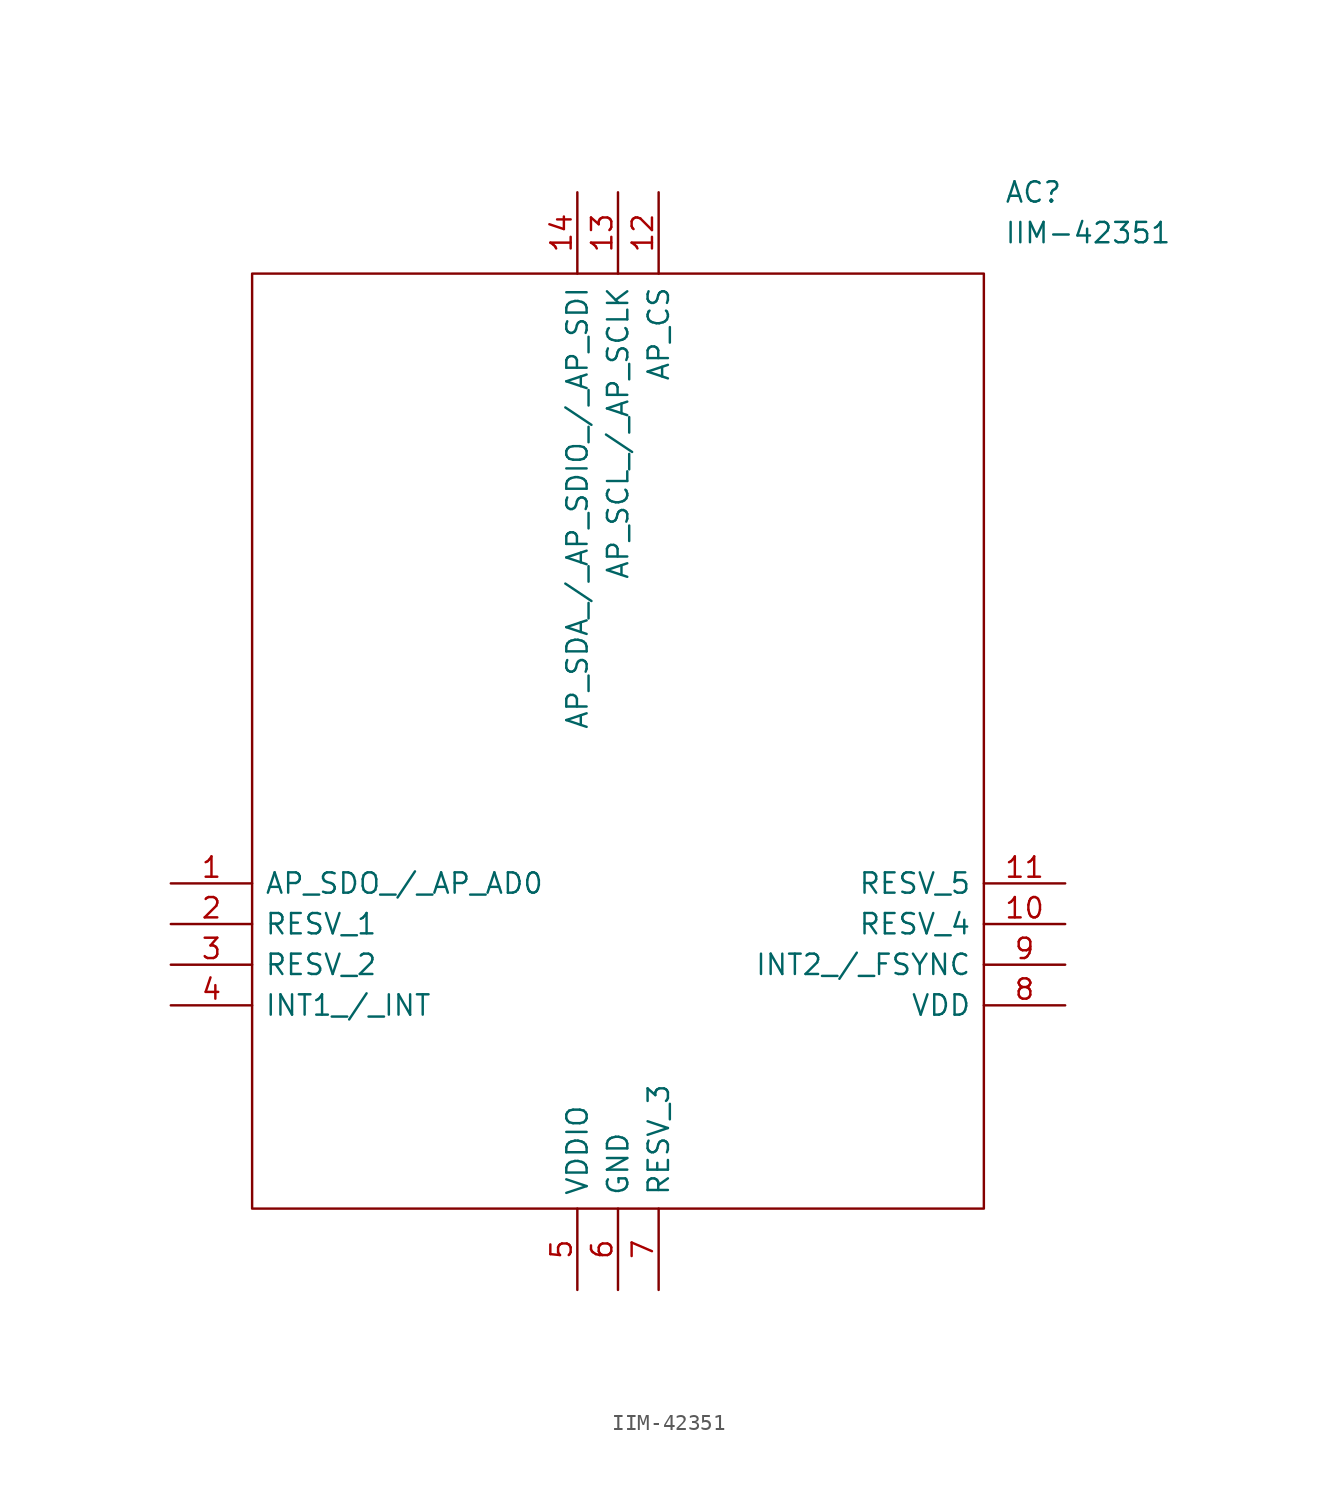
<source format=kicad_sym>
(kicad_symbol_lib
  (version 20211014)
  (generator kicad_symbol_editor)
  (symbol "IIM-42351"
    (pin_names
      (offset 0.762))
    (property "Reference" "AC"
      (at 52.07 43.18 0)
      (effects (font (size 1.27 1.27)) (justify left)))
    (property "Value" "IIM-42351"
      (at 52.07 40.64 0)
      (effects (font (size 1.27 1.27)) (justify left)))
    (symbol "IIM-42351_0_0"
      (pin passive line (at 0 0 0) (length 5.08) (name "AP_SDO_/_AP_AD0" (effects (font (size 1.27 1.27)))) (number "1" (effects (font (size 1.27 1.27)))))
      (pin passive line (at 55.88 -2.54 180) (length 5.08) (name "RESV_4" (effects (font (size 1.27 1.27)))) (number "10" (effects (font (size 1.27 1.27)))))
      (pin passive line (at 55.88 0 180) (length 5.08) (name "RESV_5" (effects (font (size 1.27 1.27)))) (number "11" (effects (font (size 1.27 1.27)))))
      (pin passive line (at 30.48 43.18 270) (length 5.08) (name "AP_CS" (effects (font (size 1.27 1.27)))) (number "12" (effects (font (size 1.27 1.27)))))
      (pin passive line (at 27.94 43.18 270) (length 5.08) (name "AP_SCL_/_AP_SCLK" (effects (font (size 1.27 1.27)))) (number "13" (effects (font (size 1.27 1.27)))))
      (pin passive line (at 25.4 43.18 270) (length 5.08) (name "AP_SDA_/_AP_SDIO_/_AP_SDI" (effects (font (size 1.27 1.27)))) (number "14" (effects (font (size 1.27 1.27)))))
      (pin passive line (at 0 -2.54 0) (length 5.08) (name "RESV_1" (effects (font (size 1.27 1.27)))) (number "2" (effects (font (size 1.27 1.27)))))
      (pin passive line (at 0 -5.08 0) (length 5.08) (name "RESV_2" (effects (font (size 1.27 1.27)))) (number "3" (effects (font (size 1.27 1.27)))))
      (pin passive line (at 0 -7.62 0) (length 5.08) (name "INT1_/_INT" (effects (font (size 1.27 1.27)))) (number "4" (effects (font (size 1.27 1.27)))))
      (pin passive line (at 25.4 -25.4 90) (length 5.08) (name "VDDIO" (effects (font (size 1.27 1.27)))) (number "5" (effects (font (size 1.27 1.27)))))
      (pin passive line (at 27.94 -25.4 90) (length 5.08) (name "GND" (effects (font (size 1.27 1.27)))) (number "6" (effects (font (size 1.27 1.27)))))
      (pin passive line (at 30.48 -25.4 90) (length 5.08) (name "RESV_3" (effects (font (size 1.27 1.27)))) (number "7" (effects (font (size 1.27 1.27)))))
      (pin passive line (at 55.88 -7.62 180) (length 5.08) (name "VDD" (effects (font (size 1.27 1.27)))) (number "8" (effects (font (size 1.27 1.27)))))
      (pin passive line (at 55.88 -5.08 180) (length 5.08) (name "INT2_/_FSYNC" (effects (font (size 1.27 1.27)))) (number "9" (effects (font (size 1.27 1.27))))))
    (symbol "IIM-42351_0_1"
      (polyline (pts (xy 5.08 38.1) (xy 50.8 38.1) (xy 50.8 -20.32) (xy 5.08 -20.32) (xy 5.08 38.1)) (stroke (width 0.152) (type default) (color 0 0 0 0)) (fill (type none))))))
</source>
